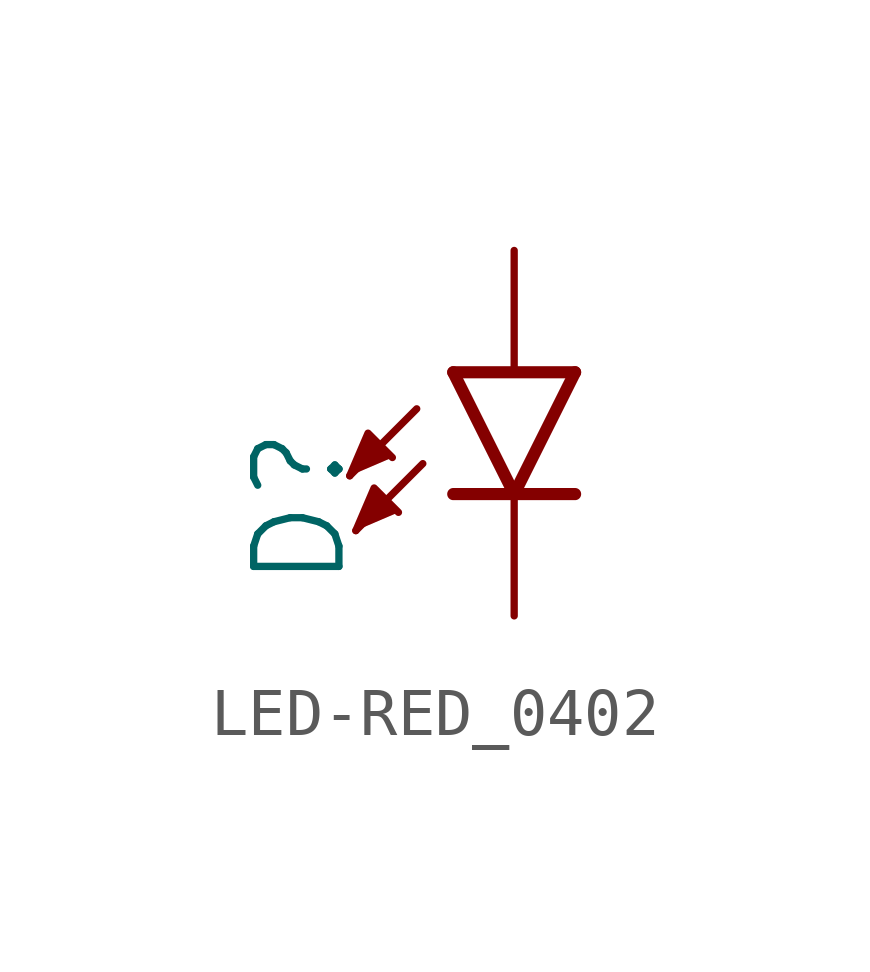
<source format=kicad_sym>
(kicad_symbol_lib
  (version 20220914)
  (generator kicad_symbol_editor)
  (symbol "LED-RED_0402"
    (property "Reference" "D"
      (at -3.429 -4.572 90)
      (effects (font (size 1.778 1.778)) (justify left bottom)))
    (property "Value" ""
      (at 1.905 -4.572 90)
      (effects (font (size 1.778 1.778)) (justify left top)))
    (property "ki_locked" ""
      (at 0 0 0)
      (effects (font (size 1.27 1.27))))
    (symbol "LED-RED_0402_1_0"
      (polyline (pts (xy -2.032 -0.762) (xy -3.429 -2.159)) (stroke (width 0.152) (type solid)) (fill (type none)))
      (polyline (pts (xy -1.905 -1.905) (xy -3.302 -3.302)) (stroke (width 0.152) (type solid)) (fill (type none)))
      (polyline (pts (xy 0 -2.54) (xy -1.27 -2.54)) (stroke (width 0.254) (type solid)) (fill (type none)))
      (polyline (pts (xy 0 -2.54) (xy -1.27 0)) (stroke (width 0.254) (type solid)) (fill (type none)))
      (polyline (pts (xy 1.27 -2.54) (xy 0 -2.54)) (stroke (width 0.254) (type solid)) (fill (type none)))
      (polyline (pts (xy 1.27 0) (xy -1.27 0)) (stroke (width 0.254) (type solid)) (fill (type none)))
      (polyline (pts (xy 1.27 0) (xy 0 -2.54)) (stroke (width 0.254) (type solid)) (fill (type none)))
      (polyline (pts (xy -3.429 -2.159) (xy -3.048 -1.27) (xy -2.54 -1.778)) (stroke (width 0.152) (type solid)) (fill (type outline)))
      (polyline (pts (xy -3.302 -3.302) (xy -2.921 -2.413) (xy -2.413 -2.921)) (stroke (width 0.152) (type solid)) (fill (type outline)))
      (pin passive line (at 0 2.54 270) (length 2.54) (name "A" (effects (font (size 0 0)))) (number "A" (effects (font (size 0 0)))))
      (pin passive line (at 0 -5.08 90) (length 2.54) (name "C" (effects (font (size 0 0)))) (number "C" (effects (font (size 0 0))))))))
</source>
